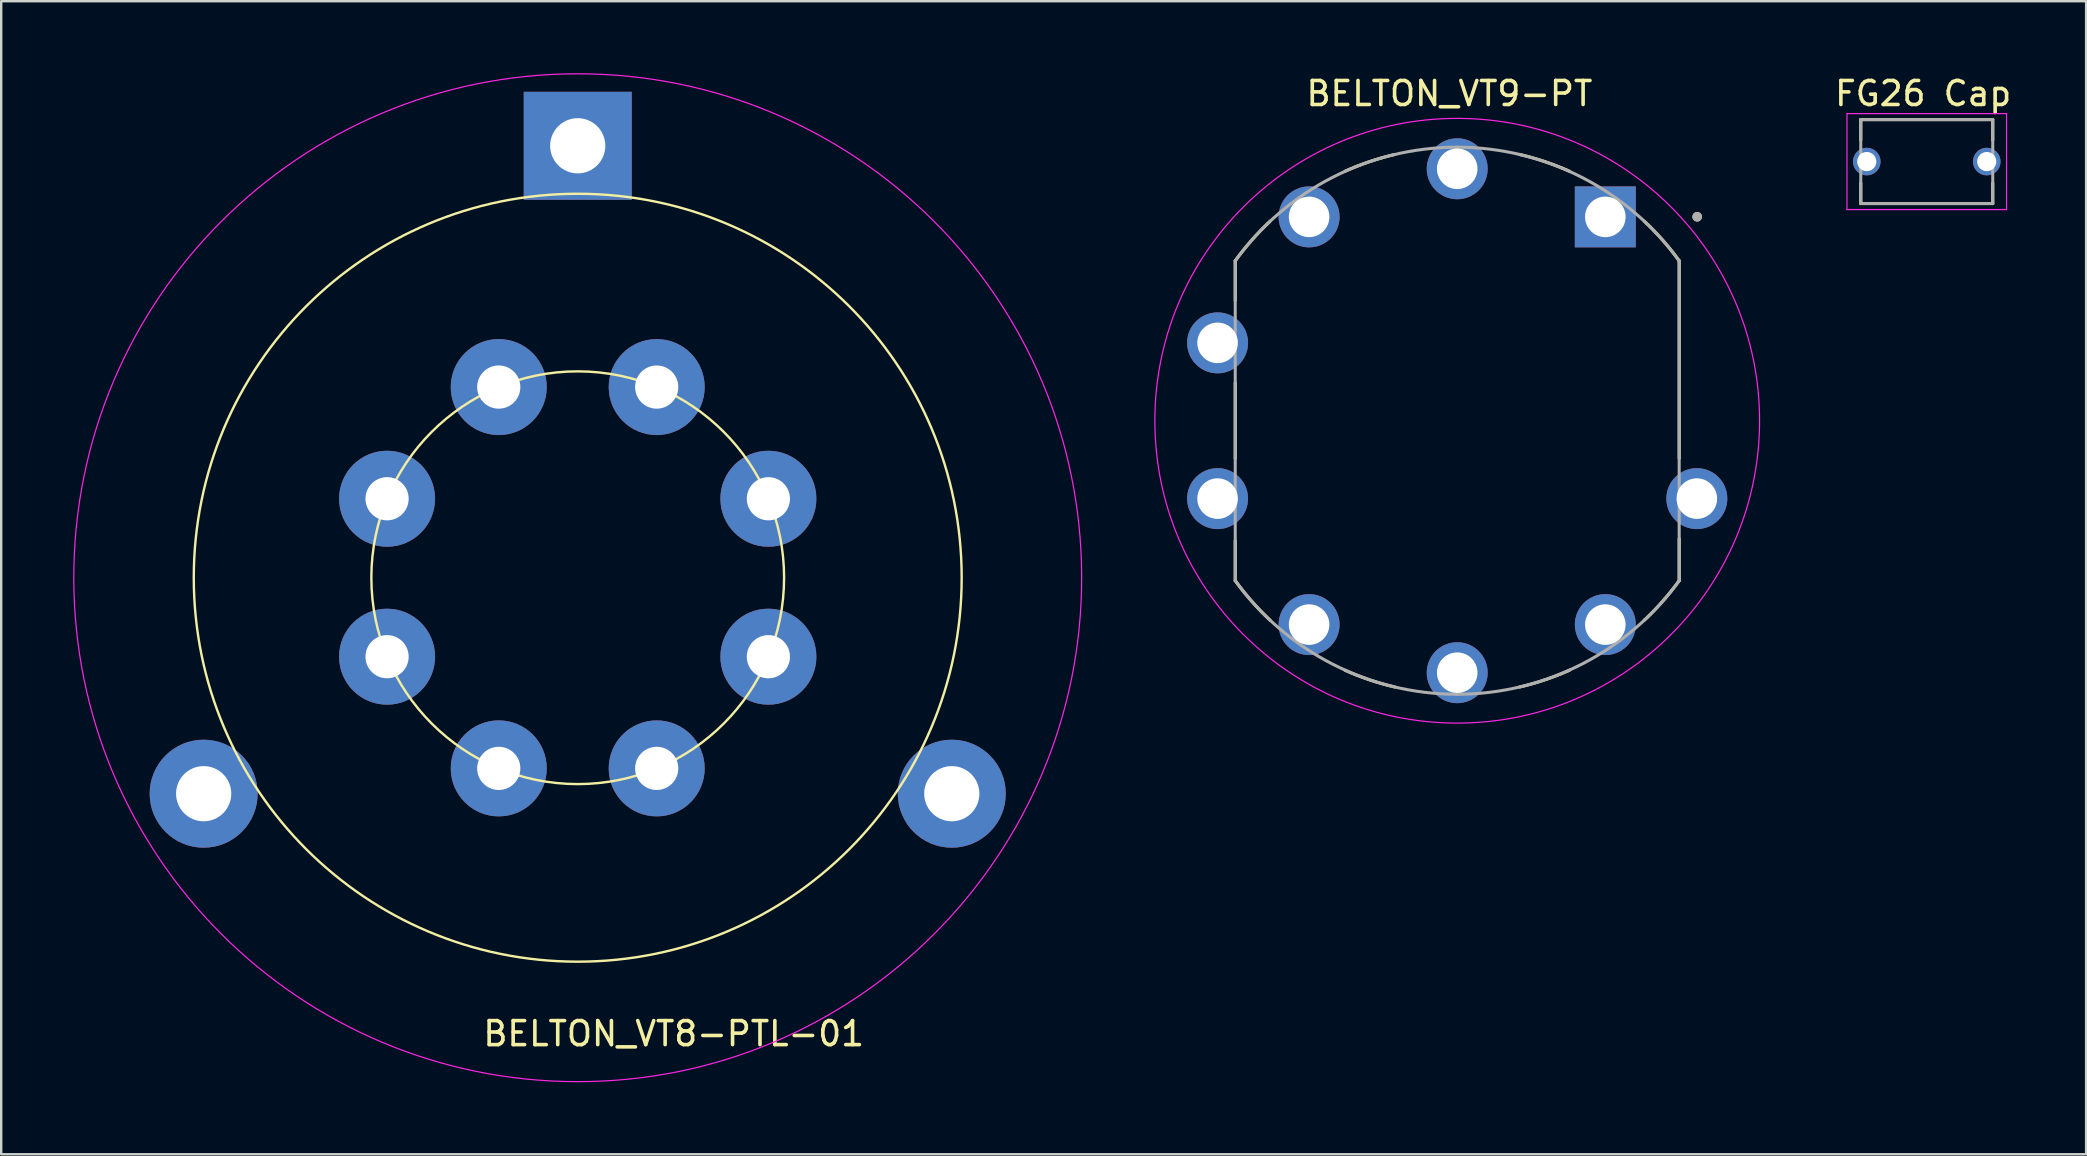
<source format=kicad_pcb>
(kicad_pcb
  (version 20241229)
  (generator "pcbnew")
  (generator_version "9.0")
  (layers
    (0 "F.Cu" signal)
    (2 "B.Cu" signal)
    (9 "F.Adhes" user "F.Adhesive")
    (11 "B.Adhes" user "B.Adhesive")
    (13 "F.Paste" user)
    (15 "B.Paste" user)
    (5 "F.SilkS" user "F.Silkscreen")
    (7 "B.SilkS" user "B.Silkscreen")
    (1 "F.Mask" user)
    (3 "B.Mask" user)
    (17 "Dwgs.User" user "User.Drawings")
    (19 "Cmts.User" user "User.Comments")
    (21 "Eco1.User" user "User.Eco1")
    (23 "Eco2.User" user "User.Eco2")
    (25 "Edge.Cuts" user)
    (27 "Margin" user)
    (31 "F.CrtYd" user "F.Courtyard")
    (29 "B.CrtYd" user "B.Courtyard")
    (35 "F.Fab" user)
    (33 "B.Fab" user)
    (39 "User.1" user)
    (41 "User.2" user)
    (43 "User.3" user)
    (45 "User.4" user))
  (footprint "BELTON_VT8-PTL-01"
    (layer "F.Cu")
    (at 21.025 21.025)
    (property "Reference" "BELTON_VT8-PTL-01" (at 4 19 0) (layer "F.SilkS") (effects (font (size 1 1) (thickness 0.15))))
    (attr through_hole)
    (fp_circle (center 0 0) (end 8.6 0) (stroke (width 0.1) (type default)) (fill no) (layer "F.SilkS"))
    (fp_circle (center 0 0) (end 16 0) (stroke (width 0.1) (type default)) (fill no) (layer "F.SilkS"))
    (fp_circle (center 0 0) (end 21 0) (stroke (width 0.05) (type default)) (fill no) (layer "F.CrtYd"))
    (pad "1" thru_hole circle (at -3.291 7.945) (size 4 4) (drill 1.8) (layers "*.Cu" "*.Mask"))
    (pad "2" thru_hole circle (at -7.945 3.291) (size 4 4) (drill 1.8) (layers "*.Cu" "*.Mask"))
    (pad "3" thru_hole circle (at -7.945 -3.291) (size 4 4) (drill 1.8) (layers "*.Cu" "*.Mask"))
    (pad "4" thru_hole circle (at -3.291 -7.945) (size 4 4) (drill 1.8) (layers "*.Cu" "*.Mask"))
    (pad "5" thru_hole circle (at 3.291 -7.945) (size 4 4) (drill 1.8) (layers "*.Cu" "*.Mask"))
    (pad "6" thru_hole circle (at 7.945 -3.291) (size 4 4) (drill 1.8) (layers "*.Cu" "*.Mask"))
    (pad "7" thru_hole circle (at 7.945 3.291) (size 4 4) (drill 1.8) (layers "*.Cu" "*.Mask"))
    (pad "8" thru_hole circle (at 3.291 7.945) (size 4 4) (drill 1.8) (layers "*.Cu" "*.Mask"))
    (pad "9" thru_hole rect (at 0 -18) (size 4.5 4.5) (drill 2.3) (layers "*.Cu" "*.Mask"))
    (pad "10" thru_hole circle (at -15.588 9) (size 4.5 4.5) (drill 2.3) (layers "*.Cu" "*.Mask"))
    (pad "11" thru_hole circle (at 15.588 9) (size 4.5 4.5) (drill 2.3) (layers "*.Cu" "*.Mask")))
  (footprint "FG26 Cap"
    (layer "F.Cu")
    (at 77.242 3.683)
    (property "Reference" "FG26 Cap" (at -0.15 -2.835 0) (layer "F.SilkS") (effects (font (size 1 1) (thickness 0.15))))
    (attr through_hole)
    (fp_line (start -2.75 -1.75) (end -2.75 -0.895) (stroke (width 0.127) (type solid)) (layer "F.SilkS"))
    (fp_line (start -2.75 -1.75) (end 2.75 -1.75) (stroke (width 0.127) (type solid)) (layer "F.SilkS"))
    (fp_line (start -2.75 1.75) (end -2.75 0.895) (stroke (width 0.127) (type solid)) (layer "F.SilkS"))
    (fp_line (start -2.75 1.75) (end 2.75 1.75) (stroke (width 0.127) (type solid)) (layer "F.SilkS"))
    (fp_line (start 2.75 -1.75) (end 2.75 -0.895) (stroke (width 0.127) (type solid)) (layer "F.SilkS"))
    (fp_line (start 2.75 1.75) (end 2.75 0.895) (stroke (width 0.127) (type solid)) (layer "F.SilkS"))
    (fp_line (start -3.325 -2) (end -3.325 2) (stroke (width 0.05) (type solid)) (layer "F.CrtYd"))
    (fp_line (start -3.325 -2) (end 3.325 -2) (stroke (width 0.05) (type solid)) (layer "F.CrtYd"))
    (fp_line (start 3.325 -2) (end 3.325 2) (stroke (width 0.05) (type solid)) (layer "F.CrtYd"))
    (fp_line (start 3.325 2) (end -3.325 2) (stroke (width 0.05) (type solid)) (layer "F.CrtYd"))
    (fp_line (start -2.75 -1.75) (end -2.75 1.75) (stroke (width 0.127) (type solid)) (layer "F.Fab"))
    (fp_line (start -2.75 -1.75) (end 2.75 -1.75) (stroke (width 0.127) (type solid)) (layer "F.Fab"))
    (fp_line (start 2.75 -1.75) (end 2.75 1.75) (stroke (width 0.127) (type solid)) (layer "F.Fab"))
    (fp_line (start 2.75 1.75) (end -2.75 1.75) (stroke (width 0.127) (type solid)) (layer "F.Fab"))
    (pad "1" thru_hole circle (at -2.5 0) (size 1.15 1.15) (drill 0.8) (layers "*.Cu" "*.Mask"))
    (pad "2" thru_hole circle (at 2.5 0) (size 1.15 1.15) (drill 0.8) (layers "*.Cu" "*.Mask")))
  (footprint "BELTON_VT9-PT"
    (layer "F.Cu")
    (at 57.675 14.483)
    (property "Reference" "BELTON_VT9-PT" (at -0.325 -13.635 0) (layer "F.SilkS") (effects (font (size 1 1) (thickness 0.15))))
    (attr through_hole)
    (fp_line (start -9.25 -6.665) (end -9.25 -5) (stroke (width 0.127) (type solid)) (layer "F.SilkS"))
    (fp_line (start -9.25 -1.58) (end -9.25 1.58) (stroke (width 0.127) (type solid)) (layer "F.SilkS"))
    (fp_line (start -9.25 6.665) (end -9.25 5) (stroke (width 0.127) (type solid)) (layer "F.SilkS"))
    (fp_line (start 9.25 1.575) (end 9.25 -6.665) (stroke (width 0.127) (type solid)) (layer "F.SilkS"))
    (fp_line (start 9.25 6.665) (end 9.25 4.915) (stroke (width 0.127) (type solid)) (layer "F.SilkS"))
    (fp_arc (start -9.25 -6.665) (mid -8.564507 -7.522324) (end -7.8 -8.31) (stroke (width 0.127) (type solid)) (layer "F.SilkS"))
    (fp_arc (start -7.8 8.31) (mid -8.564508 7.522324) (end -9.25 6.665) (stroke (width 0.127) (type solid)) (layer "F.SilkS"))
    (fp_arc (start -4.67823 -10.3971) (mid -3.655917 -10.796812) (end -2.6 -11.0967) (stroke (width 0.127) (type solid)) (layer "F.SilkS"))
    (fp_arc (start -2.6 11.0967) (mid -3.655917 10.796812) (end -4.67823 10.3971) (stroke (width 0.127) (type solid)) (layer "F.SilkS"))
    (fp_arc (start 2.6 -11.0967) (mid 3.655917 -10.796812) (end 4.67823 -10.3971) (stroke (width 0.127) (type solid)) (layer "F.SilkS"))
    (fp_arc (start 4.67823 10.3971) (mid 3.655917 10.796812) (end 2.6 11.0967) (stroke (width 0.127) (type solid)) (layer "F.SilkS"))
    (fp_arc (start 7.8 -8.31) (mid 8.564508 -7.522324) (end 9.25 -6.665) (stroke (width 0.127) (type solid)) (layer "F.SilkS"))
    (fp_arc (start 9.25 6.665) (mid 8.564507 7.522324) (end 7.8 8.31) (stroke (width 0.127) (type solid)) (layer "F.SilkS"))
    (fp_circle (center 10 -8.5) (end 10.1 -8.5) (stroke (width 0.2) (type solid)) (fill no) (layer "F.SilkS"))
    (fp_circle (center 0 0) (end 12.6 0) (stroke (width 0.05) (type solid)) (fill no) (layer "F.CrtYd"))
    (fp_line (start -9.25 -6.665) (end -9.25 6.665) (stroke (width 0.127) (type solid)) (layer "F.Fab"))
    (fp_line (start 9.25 6.665) (end 9.25 -6.665) (stroke (width 0.127) (type solid)) (layer "F.Fab"))
    (fp_arc (start -9.25 -6.665) (mid -5.193386 -10.142864) (end 0 -11.4) (stroke (width 0.127) (type solid)) (layer "F.Fab"))
    (fp_arc (start 0 -11.4) (mid 5.193387 -10.142864) (end 9.25 -6.665) (stroke (width 0.127) (type solid)) (layer "F.Fab"))
    (fp_arc (start 0 11.4) (mid -5.193387 10.142864) (end -9.25 6.665) (stroke (width 0.127) (type solid)) (layer "F.Fab"))
    (fp_arc (start 9.25 6.665) (mid 5.193386 10.142864) (end 0 11.4) (stroke (width 0.127) (type solid)) (layer "F.Fab"))
    (fp_circle (center 10 -8.5) (end 10.1 -8.5) (stroke (width 0.2) (type solid)) (fill no) (layer "F.Fab"))
    (pad "1" thru_hole rect (at 6.172 -8.495) (size 2.54 2.54) (drill 1.69) (layers "*.Cu" "*.Mask"))
    (pad "2" thru_hole circle (at 0 -10.5) (size 2.54 2.54) (drill 1.69) (layers "*.Cu" "*.Mask"))
    (pad "3" thru_hole circle (at -6.172 -8.495) (size 2.54 2.54) (drill 1.69) (layers "*.Cu" "*.Mask"))
    (pad "4" thru_hole circle (at -9.986 -3.245) (size 2.54 2.54) (drill 1.69) (layers "*.Cu" "*.Mask"))
    (pad "5" thru_hole circle (at -9.986 3.245) (size 2.54 2.54) (drill 1.69) (layers "*.Cu" "*.Mask"))
    (pad "6" thru_hole circle (at -6.172 8.495) (size 2.54 2.54) (drill 1.69) (layers "*.Cu" "*.Mask"))
    (pad "7" thru_hole circle (at 0 10.5) (size 2.54 2.54) (drill 1.69) (layers "*.Cu" "*.Mask"))
    (pad "8" thru_hole circle (at 6.172 8.495) (size 2.54 2.54) (drill 1.69) (layers "*.Cu" "*.Mask"))
    (pad "9" thru_hole circle (at 9.986 3.245) (size 2.54 2.54) (drill 1.69) (layers "*.Cu" "*.Mask")))
  (gr_rect
    (start -3 -3)
    (end 83.883 45.05)
    (stroke (width 0.1) (type default))
    (fill no)
    (layer "Edge.Cuts")))
</source>
